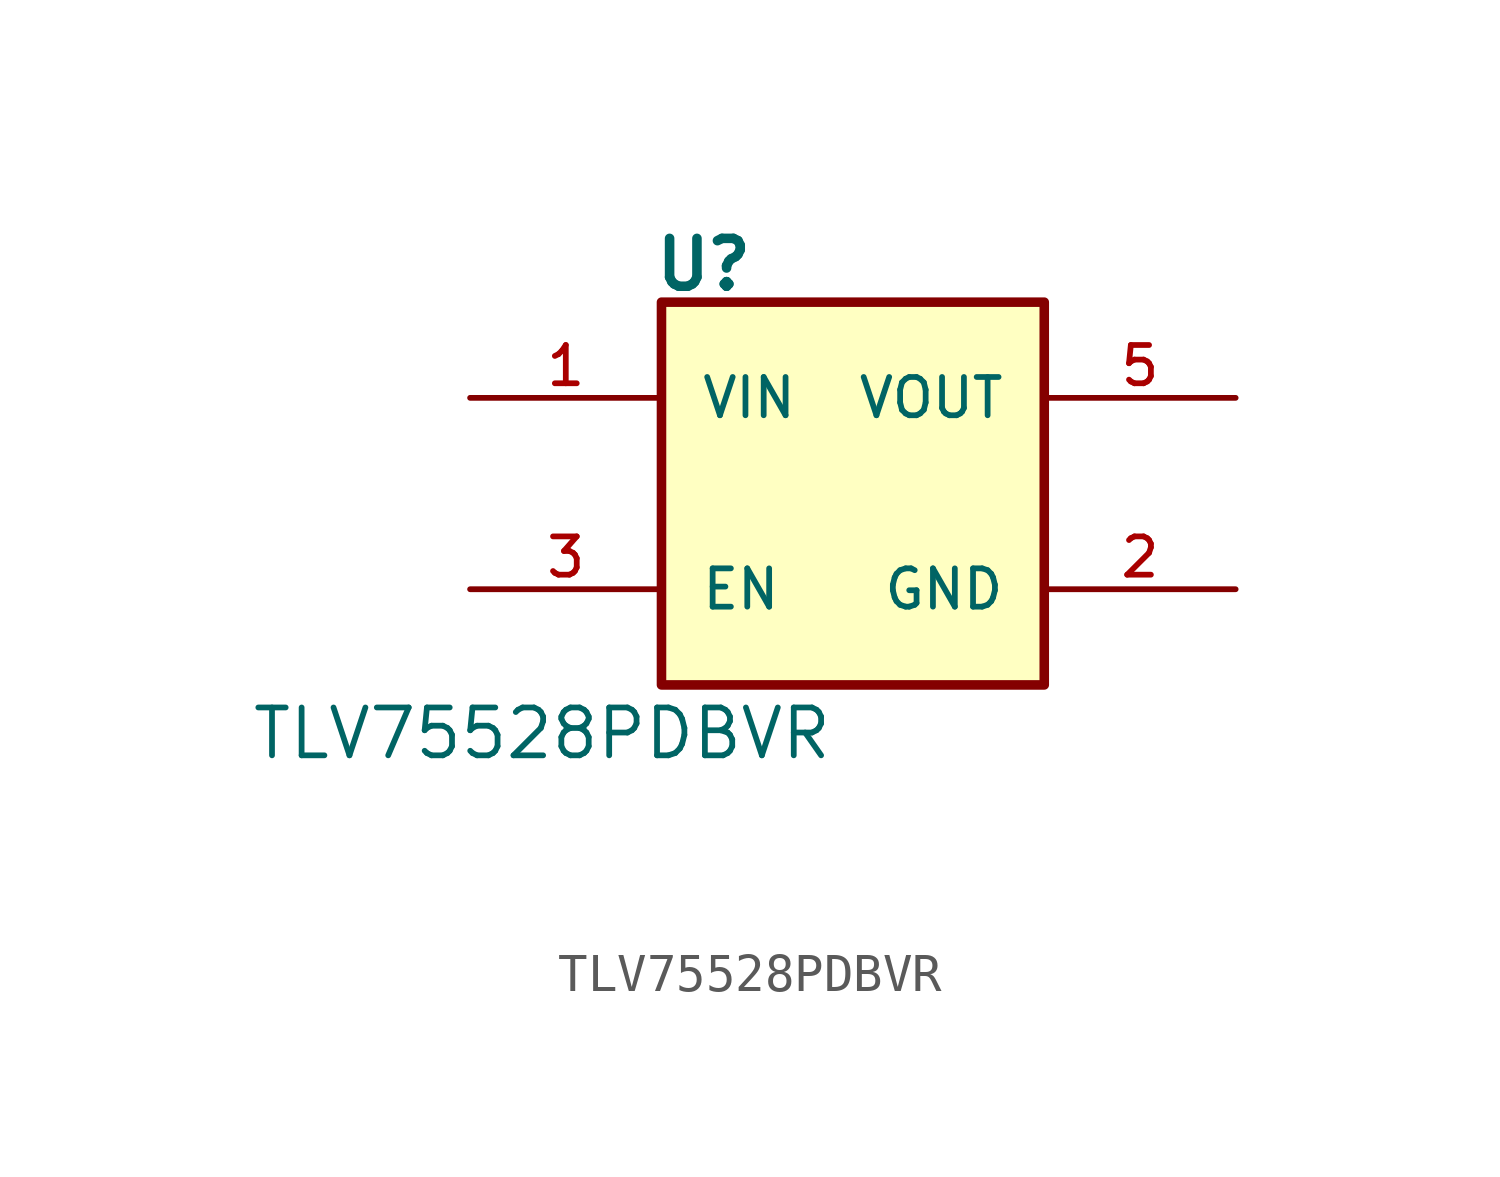
<source format=kicad_sym>
(kicad_symbol_lib
  (version 20220914)
  (generator kicad_symbol_editor)
  (symbol "TLV75528PDBVR"
    (pin_names
      (offset 1.016))
    (property "Reference" "U"
      (at -5.334 5.334 0)
      (do_not_autoplace)
      (effects (font (size 1.27 1.27) bold) (justify left bottom)))
    (property "Value" "TLV75528PDBVR"
      (at -16.002 -7.112 0)
      (do_not_autoplace)
      (effects (font (size 1.27 1.27)) (justify left bottom)))
    (symbol "TLV75528PDBVR_0_0"
      (rectangle (start -5.08 5.08) (end 5.08 -5.08) (stroke (width 0.254) (type default)) (fill (type background))))
    (symbol "TLV75528PDBVR_1_0"
      (pin power_in line (at -10.16 2.54 0) (length 5.08) (name "VIN" (effects (font (size 1.016 1.016)))) (number "1" (effects (font (size 1.016 1.016)))))
      (pin power_in line (at 10.16 -2.54 180) (length 5.08) (name "GND" (effects (font (size 1.016 1.016)))) (number "2" (effects (font (size 1.016 1.016)))))
      (pin input line (at -10.16 -2.54 0) (length 5.08) (name "EN" (effects (font (size 1.016 1.016)))) (number "3" (effects (font (size 1.016 1.016)))))
      (pin no_connect line (at 0 -10.16 90) (length 5.08) hide (name "NC" (effects (font (size 1.016 1.016)))) (number "4" (effects (font (size 1.016 1.016)))))
      (pin power_out line (at 10.16 2.54 180) (length 5.08) (name "VOUT" (effects (font (size 1.016 1.016)))) (number "5" (effects (font (size 1.016 1.016))))))))
</source>
